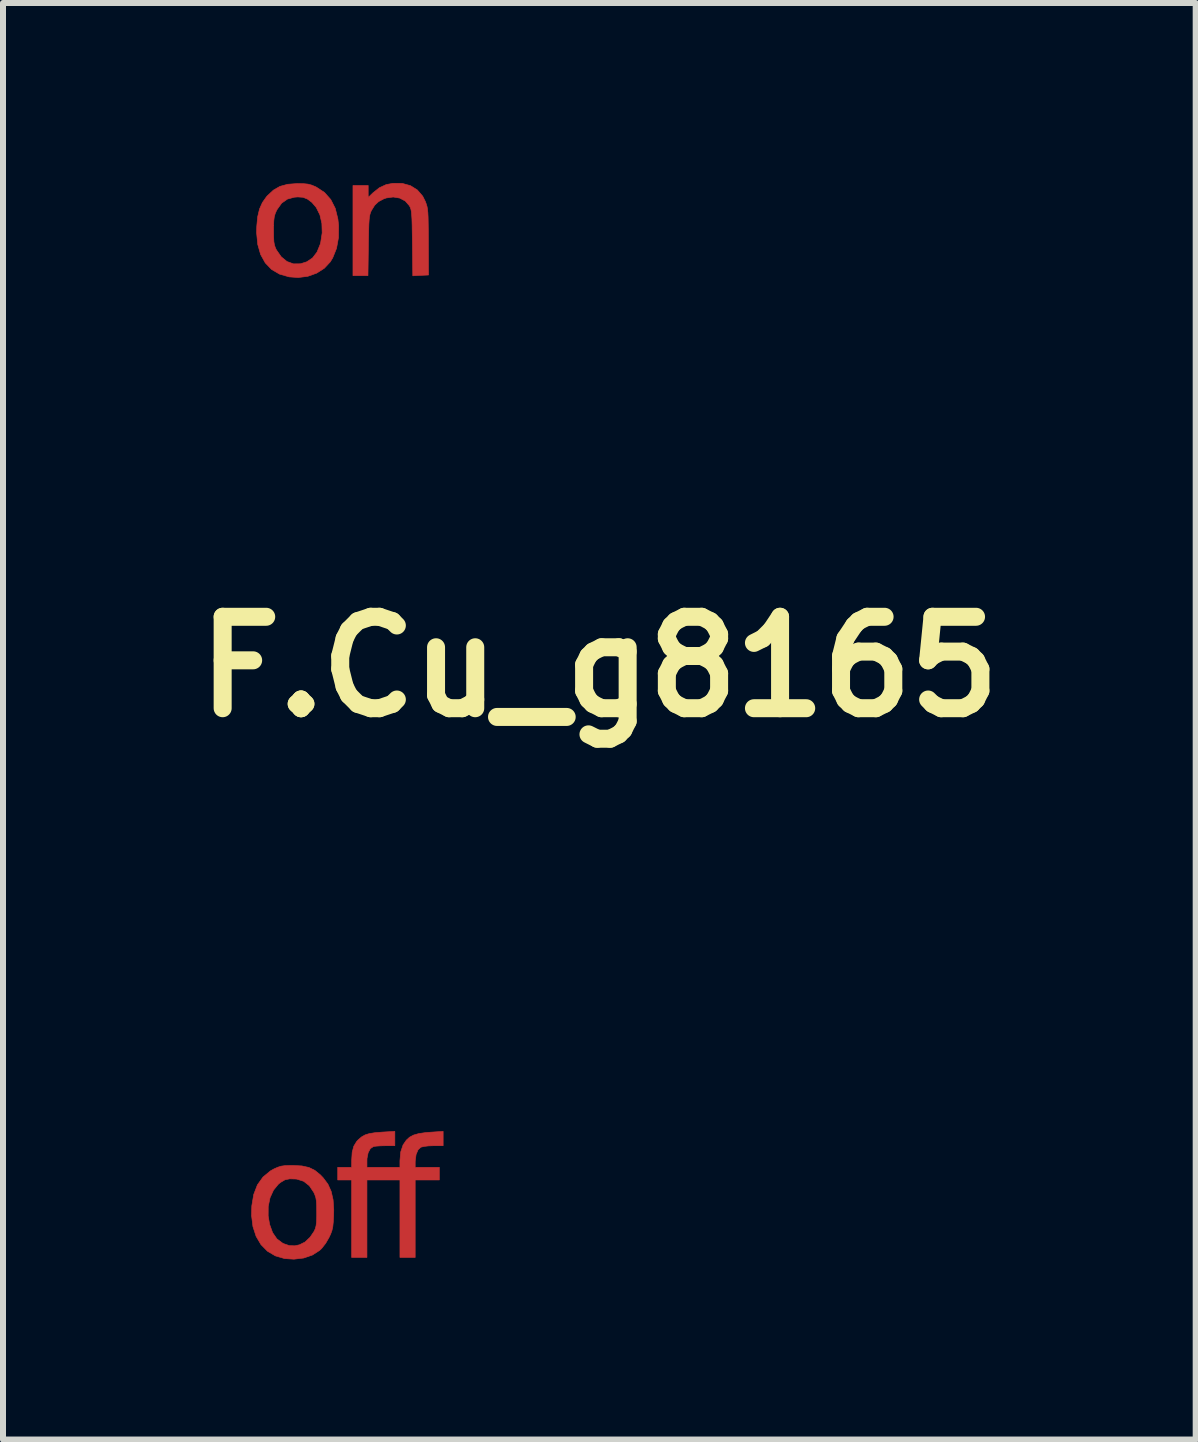
<source format=kicad_pcb>
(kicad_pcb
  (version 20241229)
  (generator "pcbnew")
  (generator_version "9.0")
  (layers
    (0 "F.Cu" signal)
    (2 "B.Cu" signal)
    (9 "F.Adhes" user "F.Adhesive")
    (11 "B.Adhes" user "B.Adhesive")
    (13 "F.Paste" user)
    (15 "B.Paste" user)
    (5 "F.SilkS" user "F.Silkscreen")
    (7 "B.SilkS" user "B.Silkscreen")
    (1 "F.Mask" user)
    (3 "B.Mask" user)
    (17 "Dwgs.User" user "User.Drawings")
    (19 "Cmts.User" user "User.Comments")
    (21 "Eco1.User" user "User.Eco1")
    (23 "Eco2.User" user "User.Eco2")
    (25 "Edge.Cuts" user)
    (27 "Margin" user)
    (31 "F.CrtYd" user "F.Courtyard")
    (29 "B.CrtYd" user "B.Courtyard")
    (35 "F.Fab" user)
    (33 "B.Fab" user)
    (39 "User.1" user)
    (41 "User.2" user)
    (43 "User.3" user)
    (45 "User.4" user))
  (footprint "F.Cu_g8165"
    (layer "F.Cu")
    (at 6.938 8.063)
    (property "Reference" "F.Cu_g8165" (at 0 0 0) (layer "F.SilkS") (effects (font (size 1.524 1.524) (thickness 0.3))))
    (attr through_hole)
    (fp_poly (pts (xy -3.285 -8.057) (xy -3.148 -8.019) (xy -3.034 -7.948) (xy -2.944 -7.844) (xy -2.898 -7.752) (xy -2.884 -7.712) (xy -2.872 -7.673) (xy -2.864 -7.629) (xy -2.858 -7.572) (xy -2.854 -7.498) (xy -2.852 -7.401) (xy -2.85 -7.275) (xy -2.849 -7.113) (xy -2.849 -7.08) (xy -2.847 -6.53) (xy -2.978 -6.524) (xy -3.109 -6.517) (xy -3.115 -7.063) (xy -3.118 -7.231) (xy -3.12 -7.362) (xy -3.123 -7.462) (xy -3.128 -7.536) (xy -3.133 -7.589) (xy -3.141 -7.628) (xy -3.151 -7.657) (xy -3.165 -7.683) (xy -3.165 -7.684) (xy -3.234 -7.763) (xy -3.327 -7.812) (xy -3.435 -7.83) (xy -3.55 -7.814) (xy -3.593 -7.799) (xy -3.68 -7.753) (xy -3.744 -7.692) (xy -3.796 -7.609) (xy -3.81 -7.58) (xy -3.821 -7.547) (xy -3.83 -7.506) (xy -3.836 -7.451) (xy -3.841 -7.375) (xy -3.844 -7.272) (xy -3.847 -7.137) (xy -3.849 -7.022) (xy -3.856 -6.519) (xy -4.106 -6.519) (xy -4.106 -8.022) (xy -3.852 -8.022) (xy -3.852 -7.823) (xy -3.773 -7.899) (xy -3.665 -7.985) (xy -3.552 -8.037) (xy -3.44 -8.058) (xy -3.285 -8.057)) (stroke (width 0.01) (type solid)) (fill yes) (layer "F.Cu"))
    (fp_poly (pts (xy -3.408 7.98) (xy -3.561 7.98) (xy -3.645 7.982) (xy -3.717 7.987) (xy -3.763 7.993) (xy -3.763 7.993) (xy -3.816 8.028) (xy -3.853 8.097) (xy -3.872 8.193) (xy -3.873 8.233) (xy -3.873 8.34) (xy -3.323 8.34) (xy -3.323 8.229) (xy -3.31 8.083) (xy -3.271 7.967) (xy -3.217 7.888) (xy -3.164 7.839) (xy -3.097 7.803) (xy -3.01 7.778) (xy -2.894 7.761) (xy -2.799 7.754) (xy -2.603 7.741) (xy -2.603 7.98) (xy -2.761 7.98) (xy -2.847 7.983) (xy -2.922 7.992) (xy -2.971 8.004) (xy -2.973 8.004) (xy -3.021 8.048) (xy -3.054 8.126) (xy -3.068 8.232) (xy -3.069 8.26) (xy -3.069 8.34) (xy -2.667 8.34) (xy -2.667 8.551) (xy -3.069 8.551) (xy -3.069 9.842) (xy -3.323 9.842) (xy -3.323 8.551) (xy -3.873 8.551) (xy -3.873 9.842) (xy -4.128 9.842) (xy -4.128 8.551) (xy -4.36 8.551) (xy -4.36 8.34) (xy -4.128 8.34) (xy -4.127 8.218) (xy -4.119 8.088) (xy -4.092 7.988) (xy -4.044 7.909) (xy -4.017 7.88) (xy -3.962 7.833) (xy -3.904 7.8) (xy -3.833 7.778) (xy -3.739 7.763) (xy -3.615 7.753) (xy -3.408 7.741) (xy -3.408 7.98)) (stroke (width 0.01) (type solid)) (fill yes) (layer "F.Cu"))
    (fp_poly (pts (xy -4.928 -8.052) (xy -4.856 -8.045) (xy -4.796 -8.029) (xy -4.733 -8.003) (xy -4.715 -7.994) (xy -4.581 -7.906) (xy -4.476 -7.788) (xy -4.401 -7.641) (xy -4.357 -7.463) (xy -4.345 -7.353) (xy -4.347 -7.155) (xy -4.38 -6.974) (xy -4.443 -6.817) (xy -4.484 -6.749) (xy -4.584 -6.642) (xy -4.711 -6.561) (xy -4.859 -6.508) (xy -5.019 -6.488) (xy -5.17 -6.499) (xy -5.33 -6.545) (xy -5.463 -6.623) (xy -5.568 -6.733) (xy -5.645 -6.872) (xy -5.693 -7.04) (xy -5.712 -7.236) (xy -5.711 -7.271) (xy -5.429 -7.271) (xy -5.428 -7.162) (xy -5.424 -7.085) (xy -5.414 -7.029) (xy -5.398 -6.982) (xy -5.382 -6.949) (xy -5.301 -6.833) (xy -5.206 -6.755) (xy -5.098 -6.716) (xy -4.981 -6.717) (xy -4.876 -6.75) (xy -4.779 -6.815) (xy -4.705 -6.912) (xy -4.651 -7.044) (xy -4.644 -7.071) (xy -4.619 -7.232) (xy -4.624 -7.389) (xy -4.657 -7.533) (xy -4.718 -7.656) (xy -4.791 -7.741) (xy -4.865 -7.796) (xy -4.938 -7.825) (xy -5.026 -7.831) (xy -5.08 -7.827) (xy -5.197 -7.796) (xy -5.294 -7.728) (xy -5.37 -7.622) (xy -5.379 -7.605) (xy -5.402 -7.553) (xy -5.417 -7.501) (xy -5.425 -7.438) (xy -5.429 -7.353) (xy -5.429 -7.271) (xy -5.711 -7.271) (xy -5.709 -7.342) (xy -5.694 -7.501) (xy -5.663 -7.63) (xy -5.615 -7.738) (xy -5.545 -7.837) (xy -5.53 -7.853) (xy -5.431 -7.945) (xy -5.323 -8.007) (xy -5.195 -8.042) (xy -5.039 -8.054) (xy -5.027 -8.054) (xy -4.928 -8.052)) (stroke (width 0.01) (type solid)) (fill yes) (layer "F.Cu"))
    (fp_poly (pts (xy -4.956 8.317) (xy -4.839 8.343) (xy -4.741 8.391) (xy -4.65 8.465) (xy -4.603 8.514) (xy -4.523 8.621) (xy -4.469 8.741) (xy -4.437 8.881) (xy -4.426 9.049) (xy -4.428 9.144) (xy -4.434 9.252) (xy -4.442 9.33) (xy -4.456 9.393) (xy -4.478 9.453) (xy -4.506 9.512) (xy -4.561 9.607) (xy -4.626 9.69) (xy -4.661 9.724) (xy -4.782 9.802) (xy -4.928 9.852) (xy -5.089 9.871) (xy -5.245 9.861) (xy -5.399 9.816) (xy -5.531 9.738) (xy -5.639 9.628) (xy -5.72 9.49) (xy -5.773 9.327) (xy -5.795 9.15) (xy -5.519 9.15) (xy -5.495 9.291) (xy -5.445 9.429) (xy -5.374 9.532) (xy -5.281 9.602) (xy -5.262 9.612) (xy -5.166 9.645) (xy -5.075 9.648) (xy -4.997 9.631) (xy -4.905 9.585) (xy -4.82 9.505) (xy -4.755 9.409) (xy -4.734 9.364) (xy -4.721 9.315) (xy -4.713 9.252) (xy -4.71 9.164) (xy -4.71 9.091) (xy -4.711 8.982) (xy -4.715 8.904) (xy -4.725 8.845) (xy -4.742 8.795) (xy -4.759 8.757) (xy -4.833 8.647) (xy -4.927 8.573) (xy -5.041 8.537) (xy -5.059 8.535) (xy -5.16 8.532) (xy -5.239 8.548) (xy -5.31 8.59) (xy -5.348 8.62) (xy -5.43 8.72) (xy -5.488 8.847) (xy -5.518 8.993) (xy -5.519 9.15) (xy -5.795 9.15) (xy -5.796 9.142) (xy -5.792 8.984) (xy -5.76 8.793) (xy -5.698 8.632) (xy -5.605 8.502) (xy -5.483 8.401) (xy -5.423 8.367) (xy -5.36 8.339) (xy -5.304 8.321) (xy -5.24 8.312) (xy -5.156 8.309) (xy -5.101 8.309) (xy -4.956 8.317)) (stroke (width 0.01) (type solid)) (fill yes) (layer "F.Cu")))
  (gr_rect
    (start -3 -3)
    (end 16.876 20.94)
    (stroke (width 0.1) (type default))
    (fill no)
    (layer "Edge.Cuts")))
</source>
